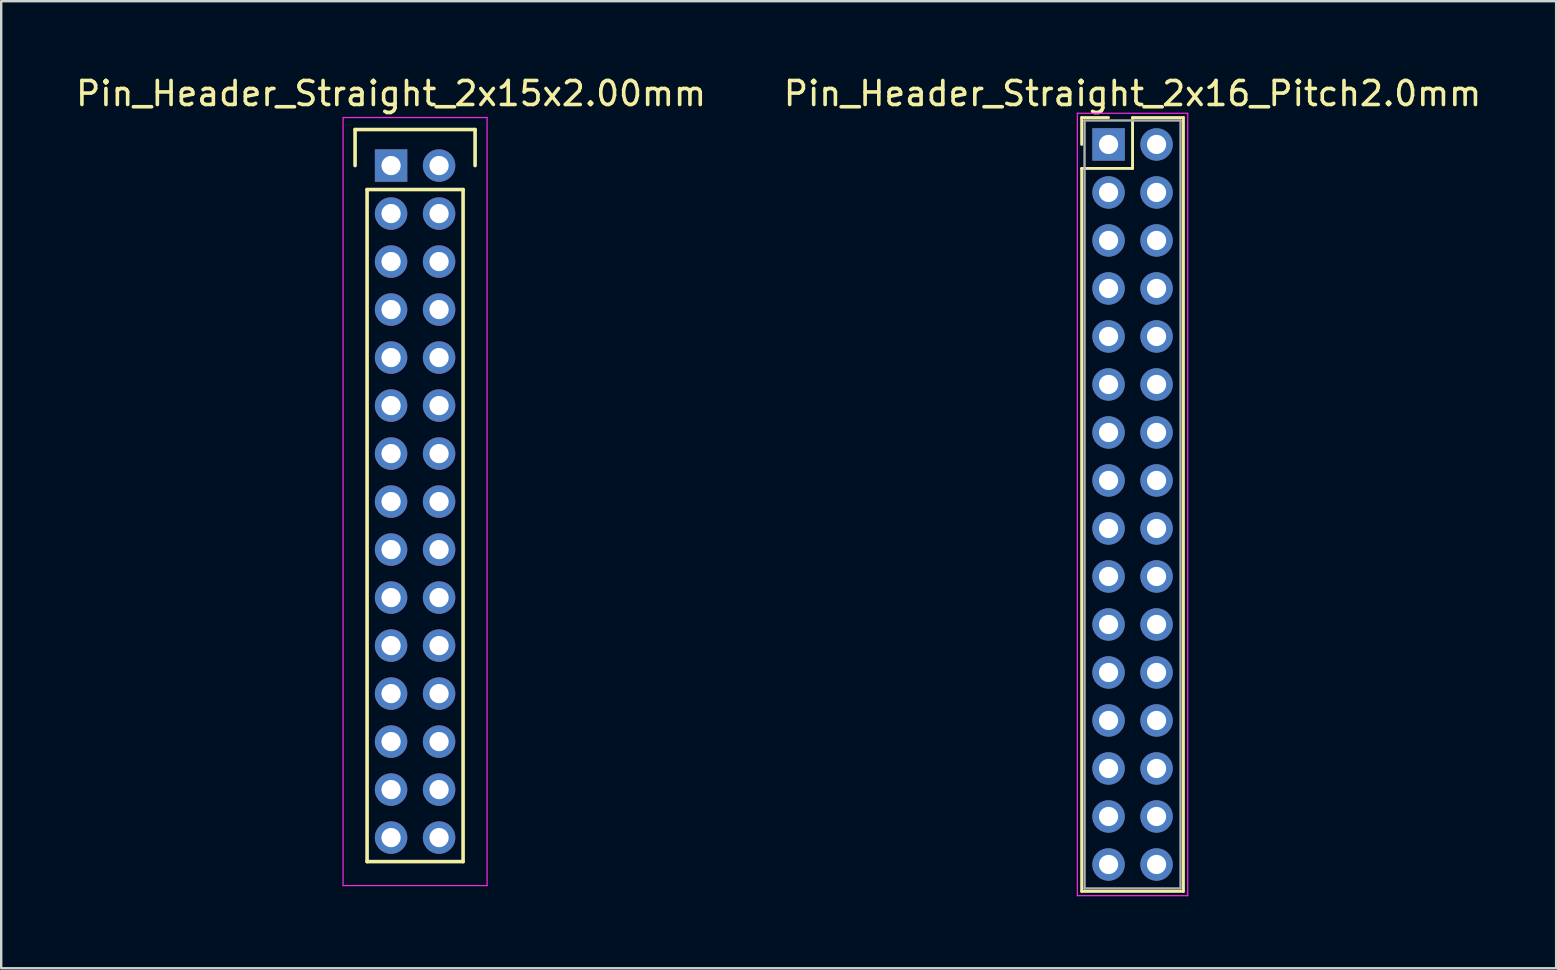
<source format=kicad_pcb>
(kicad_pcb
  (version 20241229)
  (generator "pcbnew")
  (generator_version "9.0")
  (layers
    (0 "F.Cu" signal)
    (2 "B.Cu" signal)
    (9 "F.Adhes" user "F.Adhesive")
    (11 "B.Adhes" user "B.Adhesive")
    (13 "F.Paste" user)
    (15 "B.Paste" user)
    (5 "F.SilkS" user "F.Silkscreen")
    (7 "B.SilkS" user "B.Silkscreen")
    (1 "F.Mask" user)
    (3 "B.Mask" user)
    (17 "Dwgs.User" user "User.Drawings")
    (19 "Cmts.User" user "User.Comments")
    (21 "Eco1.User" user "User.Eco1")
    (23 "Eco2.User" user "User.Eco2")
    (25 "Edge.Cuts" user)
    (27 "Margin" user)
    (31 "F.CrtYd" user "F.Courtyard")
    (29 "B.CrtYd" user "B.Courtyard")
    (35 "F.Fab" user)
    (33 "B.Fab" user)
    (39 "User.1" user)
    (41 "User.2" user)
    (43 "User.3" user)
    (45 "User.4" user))
  (footprint "Pin_Header_Straight_2x16_Pitch2.0mm"
    (layer "F.Cu")
    (at 43.137 2.968)
    (property "Reference" "Pin_Header_Straight_2x16_Pitch2.0mm" (at 1 -2.12 0) (layer "F.SilkS") (effects (font (size 1 1) (thickness 0.15))))
    (attr through_hole)
    (fp_line (start -1.12 -1.12) (end 0 -1.12) (stroke (width 0.12) (type solid)) (layer "F.SilkS"))
    (fp_line (start -1.12 0) (end -1.12 -1.12) (stroke (width 0.12) (type solid)) (layer "F.SilkS"))
    (fp_line (start -1.12 1) (end -1.12 31.12) (stroke (width 0.12) (type solid)) (layer "F.SilkS"))
    (fp_line (start -1.12 31.12) (end 3.12 31.12) (stroke (width 0.12) (type solid)) (layer "F.SilkS"))
    (fp_line (start 1 -1.12) (end 1 1) (stroke (width 0.12) (type solid)) (layer "F.SilkS"))
    (fp_line (start 1 1) (end -1.12 1) (stroke (width 0.12) (type solid)) (layer "F.SilkS"))
    (fp_line (start 3.12 -1.12) (end 1 -1.12) (stroke (width 0.12) (type solid)) (layer "F.SilkS"))
    (fp_line (start 3.12 31.12) (end 3.12 -1.12) (stroke (width 0.12) (type solid)) (layer "F.SilkS"))
    (fp_line (start -1.3 -1.3) (end -1.3 31.3) (stroke (width 0.05) (type solid)) (layer "F.CrtYd"))
    (fp_line (start -1.3 31.3) (end 3.3 31.3) (stroke (width 0.05) (type solid)) (layer "F.CrtYd"))
    (fp_line (start 3.3 -1.3) (end -1.3 -1.3) (stroke (width 0.05) (type solid)) (layer "F.CrtYd"))
    (fp_line (start 3.3 31.3) (end 3.3 -1.3) (stroke (width 0.05) (type solid)) (layer "F.CrtYd"))
    (fp_line (start -1 -1) (end -1 31) (stroke (width 0.1) (type solid)) (layer "F.Fab"))
    (fp_line (start -1 31) (end 3 31) (stroke (width 0.1) (type solid)) (layer "F.Fab"))
    (fp_line (start 3 -1) (end -1 -1) (stroke (width 0.1) (type solid)) (layer "F.Fab"))
    (fp_line (start 3 31) (end 3 -1) (stroke (width 0.1) (type solid)) (layer "F.Fab"))
    (pad "1" thru_hole rect (at 0 0) (size 1.35 1.35) (drill 0.8) (layers "*.Cu" "*.Mask"))
    (pad "2" thru_hole oval (at 2 0) (size 1.35 1.35) (drill 0.8) (layers "*.Cu" "*.Mask"))
    (pad "3" thru_hole oval (at 0 2) (size 1.35 1.35) (drill 0.8) (layers "*.Cu" "*.Mask"))
    (pad "4" thru_hole oval (at 2 2) (size 1.35 1.35) (drill 0.8) (layers "*.Cu" "*.Mask"))
    (pad "5" thru_hole oval (at 0 4) (size 1.35 1.35) (drill 0.8) (layers "*.Cu" "*.Mask"))
    (pad "6" thru_hole oval (at 2 4) (size 1.35 1.35) (drill 0.8) (layers "*.Cu" "*.Mask"))
    (pad "7" thru_hole oval (at 0 6) (size 1.35 1.35) (drill 0.8) (layers "*.Cu" "*.Mask"))
    (pad "8" thru_hole oval (at 2 6) (size 1.35 1.35) (drill 0.8) (layers "*.Cu" "*.Mask"))
    (pad "9" thru_hole oval (at 0 8) (size 1.35 1.35) (drill 0.8) (layers "*.Cu" "*.Mask"))
    (pad "10" thru_hole oval (at 2 8) (size 1.35 1.35) (drill 0.8) (layers "*.Cu" "*.Mask"))
    (pad "11" thru_hole oval (at 0 10) (size 1.35 1.35) (drill 0.8) (layers "*.Cu" "*.Mask"))
    (pad "12" thru_hole oval (at 2 10) (size 1.35 1.35) (drill 0.8) (layers "*.Cu" "*.Mask"))
    (pad "13" thru_hole oval (at 0 12) (size 1.35 1.35) (drill 0.8) (layers "*.Cu" "*.Mask"))
    (pad "14" thru_hole oval (at 2 12) (size 1.35 1.35) (drill 0.8) (layers "*.Cu" "*.Mask"))
    (pad "15" thru_hole oval (at 0 14) (size 1.35 1.35) (drill 0.8) (layers "*.Cu" "*.Mask"))
    (pad "16" thru_hole oval (at 2 14) (size 1.35 1.35) (drill 0.8) (layers "*.Cu" "*.Mask"))
    (pad "17" thru_hole oval (at 0 16) (size 1.35 1.35) (drill 0.8) (layers "*.Cu" "*.Mask"))
    (pad "18" thru_hole oval (at 2 16) (size 1.35 1.35) (drill 0.8) (layers "*.Cu" "*.Mask"))
    (pad "19" thru_hole oval (at 0 18) (size 1.35 1.35) (drill 0.8) (layers "*.Cu" "*.Mask"))
    (pad "20" thru_hole oval (at 2 18) (size 1.35 1.35) (drill 0.8) (layers "*.Cu" "*.Mask"))
    (pad "21" thru_hole oval (at 0 20) (size 1.35 1.35) (drill 0.8) (layers "*.Cu" "*.Mask"))
    (pad "22" thru_hole oval (at 2 20) (size 1.35 1.35) (drill 0.8) (layers "*.Cu" "*.Mask"))
    (pad "23" thru_hole oval (at 0 22) (size 1.35 1.35) (drill 0.8) (layers "*.Cu" "*.Mask"))
    (pad "24" thru_hole oval (at 2 22) (size 1.35 1.35) (drill 0.8) (layers "*.Cu" "*.Mask"))
    (pad "25" thru_hole oval (at 0 24) (size 1.35 1.35) (drill 0.8) (layers "*.Cu" "*.Mask"))
    (pad "26" thru_hole oval (at 2 24) (size 1.35 1.35) (drill 0.8) (layers "*.Cu" "*.Mask"))
    (pad "27" thru_hole oval (at 0 26) (size 1.35 1.35) (drill 0.8) (layers "*.Cu" "*.Mask"))
    (pad "28" thru_hole oval (at 2 26) (size 1.35 1.35) (drill 0.8) (layers "*.Cu" "*.Mask"))
    (pad "29" thru_hole oval (at 0 28) (size 1.35 1.35) (drill 0.8) (layers "*.Cu" "*.Mask"))
    (pad "30" thru_hole oval (at 2 28) (size 1.35 1.35) (drill 0.8) (layers "*.Cu" "*.Mask"))
    (pad "31" thru_hole oval (at 0 30) (size 1.35 1.35) (drill 0.8) (layers "*.Cu" "*.Mask"))
    (pad "32" thru_hole oval (at 2 30) (size 1.35 1.35) (drill 0.8) (layers "*.Cu" "*.Mask")))
  (footprint "Pin_Header_Straight_2x15x2.00mm"
    (layer "F.Cu")
    (at 13.244 3.848)
    (property "Reference" "Pin_Header_Straight_2x15x2.00mm" (at 0 -3 0) (layer "F.SilkS") (effects (font (size 1 1) (thickness 0.15))))
    (attr through_hole)
    (fp_line (start -1.5 -1.5) (end 3.5 -1.5) (stroke (width 0.15) (type solid)) (layer "F.SilkS"))
    (fp_line (start -1.5 0) (end -1.5 -1.5) (stroke (width 0.15) (type solid)) (layer "F.SilkS"))
    (fp_line (start -1 1) (end 3 1) (stroke (width 0.15) (type solid)) (layer "F.SilkS"))
    (fp_line (start -1 29) (end -1 1) (stroke (width 0.15) (type solid)) (layer "F.SilkS"))
    (fp_line (start 3 1) (end 3 29) (stroke (width 0.15) (type solid)) (layer "F.SilkS"))
    (fp_line (start 3 29) (end -1 29) (stroke (width 0.15) (type solid)) (layer "F.SilkS"))
    (fp_line (start 3.5 -1.5) (end 3.5 0) (stroke (width 0.15) (type solid)) (layer "F.SilkS"))
    (fp_line (start -2 -2) (end 4 -2) (stroke (width 0.05) (type solid)) (layer "F.CrtYd"))
    (fp_line (start -2 30) (end -2 -2) (stroke (width 0.05) (type solid)) (layer "F.CrtYd"))
    (fp_line (start 4 -2) (end 4 30) (stroke (width 0.05) (type solid)) (layer "F.CrtYd"))
    (fp_line (start 4 30) (end -2 30) (stroke (width 0.05) (type solid)) (layer "F.CrtYd"))
    (pad "1" thru_hole rect (at 0 0) (size 1.35 1.35) (drill 0.8) (layers "*.Cu" "*.Mask"))
    (pad "2" thru_hole circle (at 2 0) (size 1.35 1.35) (drill 0.8) (layers "*.Cu" "*.Mask"))
    (pad "3" thru_hole circle (at 0 2) (size 1.35 1.35) (drill 0.8) (layers "*.Cu" "*.Mask"))
    (pad "4" thru_hole circle (at 2 2) (size 1.35 1.35) (drill 0.8) (layers "*.Cu" "*.Mask"))
    (pad "5" thru_hole circle (at 0 4) (size 1.35 1.35) (drill 0.8) (layers "*.Cu" "*.Mask"))
    (pad "6" thru_hole circle (at 2 4) (size 1.35 1.35) (drill 0.8) (layers "*.Cu" "*.Mask"))
    (pad "7" thru_hole circle (at 0 6) (size 1.35 1.35) (drill 0.8) (layers "*.Cu" "*.Mask"))
    (pad "8" thru_hole circle (at 2 6) (size 1.35 1.35) (drill 0.8) (layers "*.Cu" "*.Mask"))
    (pad "9" thru_hole circle (at 0 8) (size 1.35 1.35) (drill 0.8) (layers "*.Cu" "*.Mask"))
    (pad "10" thru_hole circle (at 2 8) (size 1.35 1.35) (drill 0.8) (layers "*.Cu" "*.Mask"))
    (pad "11" thru_hole circle (at 0 10) (size 1.35 1.35) (drill 0.8) (layers "*.Cu" "*.Mask"))
    (pad "12" thru_hole circle (at 2 10) (size 1.35 1.35) (drill 0.8) (layers "*.Cu" "*.Mask"))
    (pad "13" thru_hole circle (at 0 12) (size 1.35 1.35) (drill 0.8) (layers "*.Cu" "*.Mask"))
    (pad "14" thru_hole circle (at 2 12) (size 1.35 1.35) (drill 0.8) (layers "*.Cu" "*.Mask"))
    (pad "15" thru_hole circle (at 0 14) (size 1.35 1.35) (drill 0.8) (layers "*.Cu" "*.Mask"))
    (pad "16" thru_hole circle (at 2 14) (size 1.35 1.35) (drill 0.8) (layers "*.Cu" "*.Mask"))
    (pad "17" thru_hole circle (at 0 16) (size 1.35 1.35) (drill 0.8) (layers "*.Cu" "*.Mask"))
    (pad "18" thru_hole circle (at 2 16) (size 1.35 1.35) (drill 0.8) (layers "*.Cu" "*.Mask"))
    (pad "19" thru_hole circle (at 0 18) (size 1.35 1.35) (drill 0.8) (layers "*.Cu" "*.Mask"))
    (pad "20" thru_hole circle (at 2 18) (size 1.35 1.35) (drill 0.8) (layers "*.Cu" "*.Mask"))
    (pad "21" thru_hole circle (at 0 20) (size 1.35 1.35) (drill 0.8) (layers "*.Cu" "*.Mask"))
    (pad "22" thru_hole circle (at 2 20) (size 1.35 1.35) (drill 0.8) (layers "*.Cu" "*.Mask"))
    (pad "23" thru_hole circle (at 0 22) (size 1.35 1.35) (drill 0.8) (layers "*.Cu" "*.Mask"))
    (pad "24" thru_hole circle (at 2 22) (size 1.35 1.35) (drill 0.8) (layers "*.Cu" "*.Mask"))
    (pad "25" thru_hole circle (at 0 24) (size 1.35 1.35) (drill 0.8) (layers "*.Cu" "*.Mask"))
    (pad "26" thru_hole circle (at 2 24) (size 1.35 1.35) (drill 0.8) (layers "*.Cu" "*.Mask"))
    (pad "27" thru_hole circle (at 0 26) (size 1.35 1.35) (drill 0.8) (layers "*.Cu" "*.Mask"))
    (pad "28" thru_hole circle (at 2 26) (size 1.35 1.35) (drill 0.8) (layers "*.Cu" "*.Mask"))
    (pad "29" thru_hole circle (at 0 28) (size 1.35 1.35) (drill 0.8) (layers "*.Cu" "*.Mask"))
    (pad "30" thru_hole circle (at 2 28) (size 1.35 1.35) (drill 0.8) (layers "*.Cu" "*.Mask")))
  (gr_rect
    (start -3 -3)
    (end 61.786 37.293)
    (stroke (width 0.1) (type default))
    (fill no)
    (layer "Edge.Cuts")))
</source>
